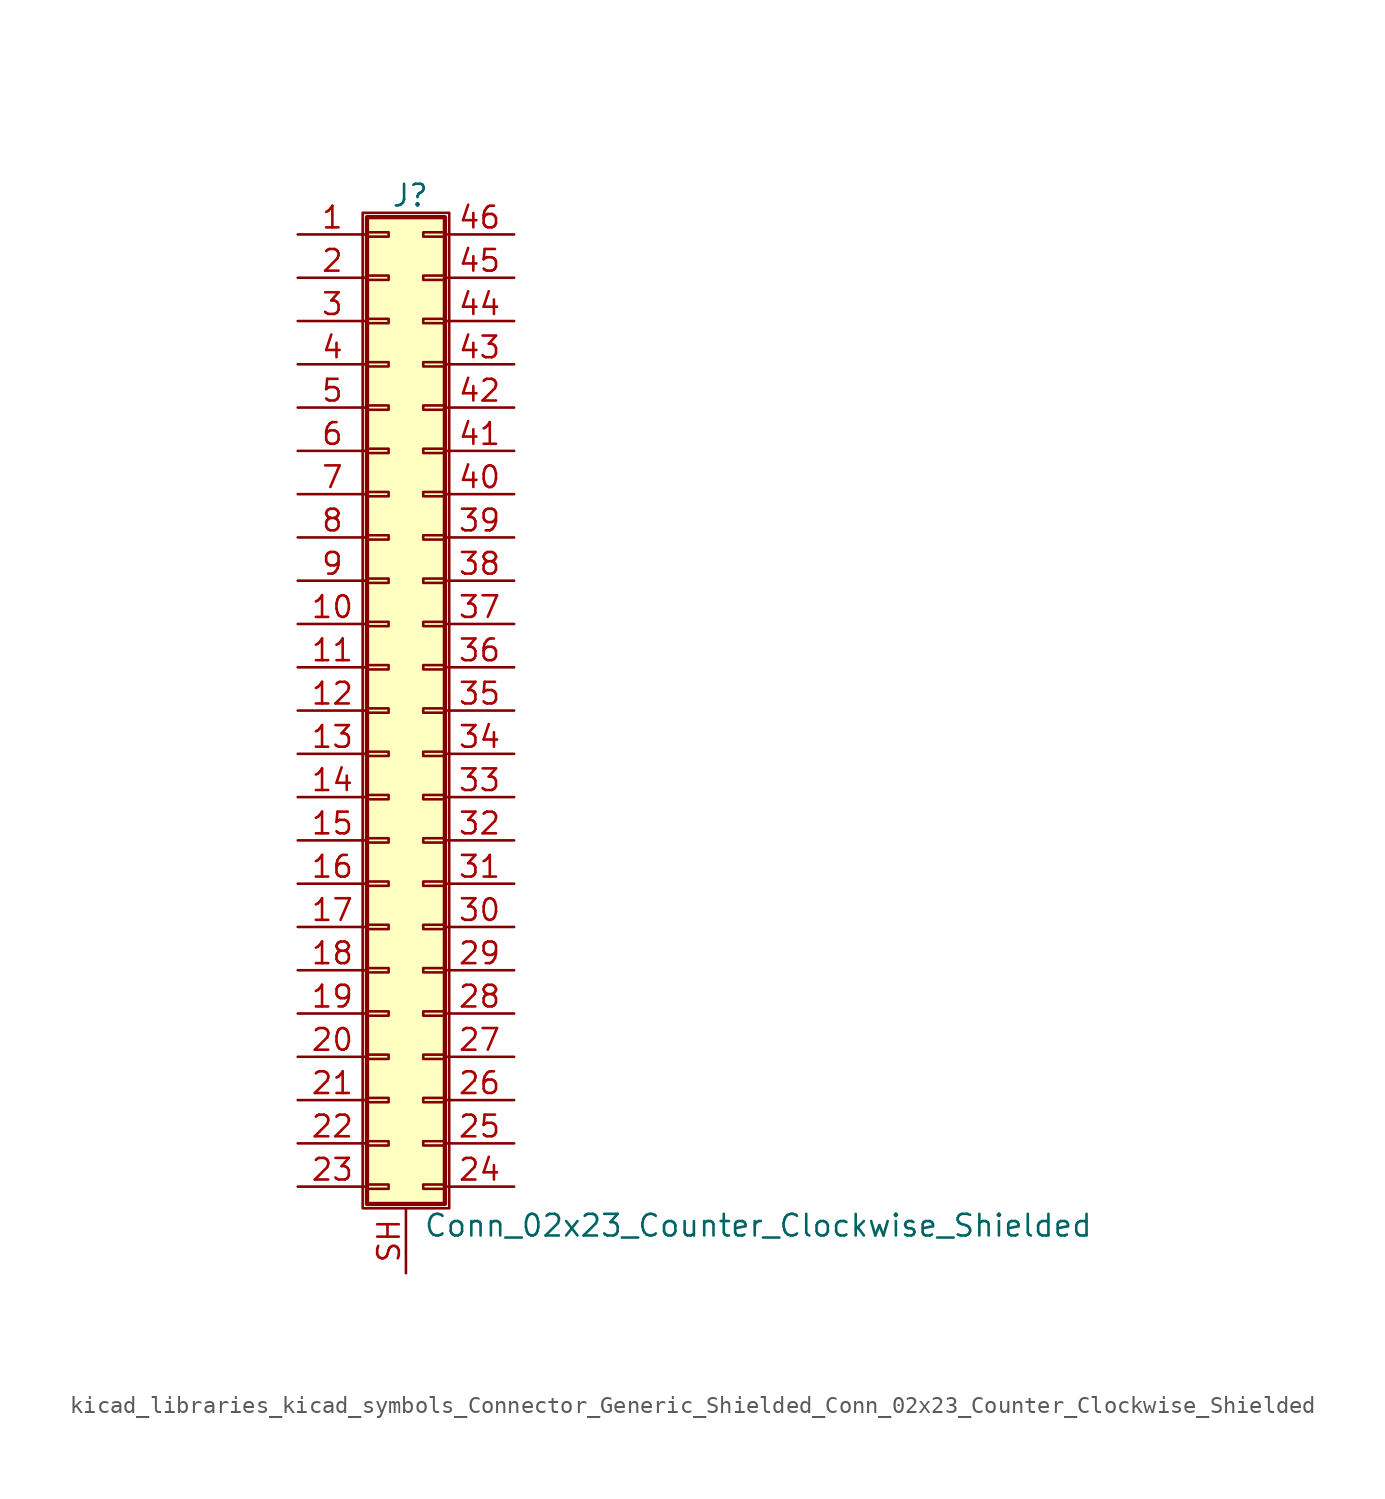
<source format=kicad_sym>
(kicad_symbol_lib
  (version 20220914)
  (generator kicad_symbol_editor)
  (symbol "kicad_libraries_kicad_symbols_Connector_Generic_Shielded_Conn_02x23_Counter_Clockwise_Shielded"
    (pin_names
      (offset 1.016) hide)
    (property "Reference" "J"
      (at 1.524 30.226 0)
      (effects (font (size 1.27 1.27))))
    (property "Value" "Conn_02x23_Counter_Clockwise_Shielded"
      (at 2.286 -30.226 0)
      (effects (font (size 1.27 1.27)) (justify left)))
    (symbol "kicad_libraries_kicad_symbols_Connector_Generic_Shielded_Conn_02x23_Counter_Clockwise_Shielded_1_1"
      (rectangle (start -1.27 29.21) (end 3.81 -29.21) (stroke (width 0.152) (type default)) (fill (type none)))
      (rectangle (start -1.016 -27.813) (end 0.254 -28.067) (stroke (width 0.152) (type default)) (fill (type none)))
      (rectangle (start -1.016 -25.273) (end 0.254 -25.527) (stroke (width 0.152) (type default)) (fill (type none)))
      (rectangle (start -1.016 -22.733) (end 0.254 -22.987) (stroke (width 0.152) (type default)) (fill (type none)))
      (rectangle (start -1.016 -20.193) (end 0.254 -20.447) (stroke (width 0.152) (type default)) (fill (type none)))
      (rectangle (start -1.016 -17.653) (end 0.254 -17.907) (stroke (width 0.152) (type default)) (fill (type none)))
      (rectangle (start -1.016 -15.113) (end 0.254 -15.367) (stroke (width 0.152) (type default)) (fill (type none)))
      (rectangle (start -1.016 -12.573) (end 0.254 -12.827) (stroke (width 0.152) (type default)) (fill (type none)))
      (rectangle (start -1.016 -10.033) (end 0.254 -10.287) (stroke (width 0.152) (type default)) (fill (type none)))
      (rectangle (start -1.016 -7.493) (end 0.254 -7.747) (stroke (width 0.152) (type default)) (fill (type none)))
      (rectangle (start -1.016 -4.953) (end 0.254 -5.207) (stroke (width 0.152) (type default)) (fill (type none)))
      (rectangle (start -1.016 -2.413) (end 0.254 -2.667) (stroke (width 0.152) (type default)) (fill (type none)))
      (rectangle (start -1.016 0.127) (end 0.254 -0.127) (stroke (width 0.152) (type default)) (fill (type none)))
      (rectangle (start -1.016 2.667) (end 0.254 2.413) (stroke (width 0.152) (type default)) (fill (type none)))
      (rectangle (start -1.016 5.207) (end 0.254 4.953) (stroke (width 0.152) (type default)) (fill (type none)))
      (rectangle (start -1.016 7.747) (end 0.254 7.493) (stroke (width 0.152) (type default)) (fill (type none)))
      (rectangle (start -1.016 10.287) (end 0.254 10.033) (stroke (width 0.152) (type default)) (fill (type none)))
      (rectangle (start -1.016 12.827) (end 0.254 12.573) (stroke (width 0.152) (type default)) (fill (type none)))
      (rectangle (start -1.016 15.367) (end 0.254 15.113) (stroke (width 0.152) (type default)) (fill (type none)))
      (rectangle (start -1.016 17.907) (end 0.254 17.653) (stroke (width 0.152) (type default)) (fill (type none)))
      (rectangle (start -1.016 20.447) (end 0.254 20.193) (stroke (width 0.152) (type default)) (fill (type none)))
      (rectangle (start -1.016 22.987) (end 0.254 22.733) (stroke (width 0.152) (type default)) (fill (type none)))
      (rectangle (start -1.016 25.527) (end 0.254 25.273) (stroke (width 0.152) (type default)) (fill (type none)))
      (rectangle (start -1.016 28.067) (end 0.254 27.813) (stroke (width 0.152) (type default)) (fill (type none)))
      (rectangle (start -1.016 28.956) (end 3.556 -28.956) (stroke (width 0.254) (type default)) (fill (type background)))
      (rectangle (start 3.556 -27.813) (end 2.286 -28.067) (stroke (width 0.152) (type default)) (fill (type none)))
      (rectangle (start 3.556 -25.273) (end 2.286 -25.527) (stroke (width 0.152) (type default)) (fill (type none)))
      (rectangle (start 3.556 -22.733) (end 2.286 -22.987) (stroke (width 0.152) (type default)) (fill (type none)))
      (rectangle (start 3.556 -20.193) (end 2.286 -20.447) (stroke (width 0.152) (type default)) (fill (type none)))
      (rectangle (start 3.556 -17.653) (end 2.286 -17.907) (stroke (width 0.152) (type default)) (fill (type none)))
      (rectangle (start 3.556 -15.113) (end 2.286 -15.367) (stroke (width 0.152) (type default)) (fill (type none)))
      (rectangle (start 3.556 -12.573) (end 2.286 -12.827) (stroke (width 0.152) (type default)) (fill (type none)))
      (rectangle (start 3.556 -10.033) (end 2.286 -10.287) (stroke (width 0.152) (type default)) (fill (type none)))
      (rectangle (start 3.556 -7.493) (end 2.286 -7.747) (stroke (width 0.152) (type default)) (fill (type none)))
      (rectangle (start 3.556 -4.953) (end 2.286 -5.207) (stroke (width 0.152) (type default)) (fill (type none)))
      (rectangle (start 3.556 -2.413) (end 2.286 -2.667) (stroke (width 0.152) (type default)) (fill (type none)))
      (rectangle (start 3.556 0.127) (end 2.286 -0.127) (stroke (width 0.152) (type default)) (fill (type none)))
      (rectangle (start 3.556 2.667) (end 2.286 2.413) (stroke (width 0.152) (type default)) (fill (type none)))
      (rectangle (start 3.556 5.207) (end 2.286 4.953) (stroke (width 0.152) (type default)) (fill (type none)))
      (rectangle (start 3.556 7.747) (end 2.286 7.493) (stroke (width 0.152) (type default)) (fill (type none)))
      (rectangle (start 3.556 10.287) (end 2.286 10.033) (stroke (width 0.152) (type default)) (fill (type none)))
      (rectangle (start 3.556 12.827) (end 2.286 12.573) (stroke (width 0.152) (type default)) (fill (type none)))
      (rectangle (start 3.556 15.367) (end 2.286 15.113) (stroke (width 0.152) (type default)) (fill (type none)))
      (rectangle (start 3.556 17.907) (end 2.286 17.653) (stroke (width 0.152) (type default)) (fill (type none)))
      (rectangle (start 3.556 20.447) (end 2.286 20.193) (stroke (width 0.152) (type default)) (fill (type none)))
      (rectangle (start 3.556 22.987) (end 2.286 22.733) (stroke (width 0.152) (type default)) (fill (type none)))
      (rectangle (start 3.556 25.527) (end 2.286 25.273) (stroke (width 0.152) (type default)) (fill (type none)))
      (rectangle (start 3.556 28.067) (end 2.286 27.813) (stroke (width 0.152) (type default)) (fill (type none)))
      (pin passive line (at -5.08 27.94 0) (length 4.064) (name "Pin_1" (effects (font (size 1.27 1.27)))) (number "1" (effects (font (size 1.27 1.27)))))
      (pin passive line (at -5.08 5.08 0) (length 4.064) (name "Pin_10" (effects (font (size 1.27 1.27)))) (number "10" (effects (font (size 1.27 1.27)))))
      (pin passive line (at -5.08 2.54 0) (length 4.064) (name "Pin_11" (effects (font (size 1.27 1.27)))) (number "11" (effects (font (size 1.27 1.27)))))
      (pin passive line (at -5.08 0 0) (length 4.064) (name "Pin_12" (effects (font (size 1.27 1.27)))) (number "12" (effects (font (size 1.27 1.27)))))
      (pin passive line (at -5.08 -2.54 0) (length 4.064) (name "Pin_13" (effects (font (size 1.27 1.27)))) (number "13" (effects (font (size 1.27 1.27)))))
      (pin passive line (at -5.08 -5.08 0) (length 4.064) (name "Pin_14" (effects (font (size 1.27 1.27)))) (number "14" (effects (font (size 1.27 1.27)))))
      (pin passive line (at -5.08 -7.62 0) (length 4.064) (name "Pin_15" (effects (font (size 1.27 1.27)))) (number "15" (effects (font (size 1.27 1.27)))))
      (pin passive line (at -5.08 -10.16 0) (length 4.064) (name "Pin_16" (effects (font (size 1.27 1.27)))) (number "16" (effects (font (size 1.27 1.27)))))
      (pin passive line (at -5.08 -12.7 0) (length 4.064) (name "Pin_17" (effects (font (size 1.27 1.27)))) (number "17" (effects (font (size 1.27 1.27)))))
      (pin passive line (at -5.08 -15.24 0) (length 4.064) (name "Pin_18" (effects (font (size 1.27 1.27)))) (number "18" (effects (font (size 1.27 1.27)))))
      (pin passive line (at -5.08 -17.78 0) (length 4.064) (name "Pin_19" (effects (font (size 1.27 1.27)))) (number "19" (effects (font (size 1.27 1.27)))))
      (pin passive line (at -5.08 25.4 0) (length 4.064) (name "Pin_2" (effects (font (size 1.27 1.27)))) (number "2" (effects (font (size 1.27 1.27)))))
      (pin passive line (at -5.08 -20.32 0) (length 4.064) (name "Pin_20" (effects (font (size 1.27 1.27)))) (number "20" (effects (font (size 1.27 1.27)))))
      (pin passive line (at -5.08 -22.86 0) (length 4.064) (name "Pin_21" (effects (font (size 1.27 1.27)))) (number "21" (effects (font (size 1.27 1.27)))))
      (pin passive line (at -5.08 -25.4 0) (length 4.064) (name "Pin_22" (effects (font (size 1.27 1.27)))) (number "22" (effects (font (size 1.27 1.27)))))
      (pin passive line (at -5.08 -27.94 0) (length 4.064) (name "Pin_23" (effects (font (size 1.27 1.27)))) (number "23" (effects (font (size 1.27 1.27)))))
      (pin passive line (at 7.62 -27.94 180) (length 4.064) (name "Pin_24" (effects (font (size 1.27 1.27)))) (number "24" (effects (font (size 1.27 1.27)))))
      (pin passive line (at 7.62 -25.4 180) (length 4.064) (name "Pin_25" (effects (font (size 1.27 1.27)))) (number "25" (effects (font (size 1.27 1.27)))))
      (pin passive line (at 7.62 -22.86 180) (length 4.064) (name "Pin_26" (effects (font (size 1.27 1.27)))) (number "26" (effects (font (size 1.27 1.27)))))
      (pin passive line (at 7.62 -20.32 180) (length 4.064) (name "Pin_27" (effects (font (size 1.27 1.27)))) (number "27" (effects (font (size 1.27 1.27)))))
      (pin passive line (at 7.62 -17.78 180) (length 4.064) (name "Pin_28" (effects (font (size 1.27 1.27)))) (number "28" (effects (font (size 1.27 1.27)))))
      (pin passive line (at 7.62 -15.24 180) (length 4.064) (name "Pin_29" (effects (font (size 1.27 1.27)))) (number "29" (effects (font (size 1.27 1.27)))))
      (pin passive line (at -5.08 22.86 0) (length 4.064) (name "Pin_3" (effects (font (size 1.27 1.27)))) (number "3" (effects (font (size 1.27 1.27)))))
      (pin passive line (at 7.62 -12.7 180) (length 4.064) (name "Pin_30" (effects (font (size 1.27 1.27)))) (number "30" (effects (font (size 1.27 1.27)))))
      (pin passive line (at 7.62 -10.16 180) (length 4.064) (name "Pin_31" (effects (font (size 1.27 1.27)))) (number "31" (effects (font (size 1.27 1.27)))))
      (pin passive line (at 7.62 -7.62 180) (length 4.064) (name "Pin_32" (effects (font (size 1.27 1.27)))) (number "32" (effects (font (size 1.27 1.27)))))
      (pin passive line (at 7.62 -5.08 180) (length 4.064) (name "Pin_33" (effects (font (size 1.27 1.27)))) (number "33" (effects (font (size 1.27 1.27)))))
      (pin passive line (at 7.62 -2.54 180) (length 4.064) (name "Pin_34" (effects (font (size 1.27 1.27)))) (number "34" (effects (font (size 1.27 1.27)))))
      (pin passive line (at 7.62 0 180) (length 4.064) (name "Pin_35" (effects (font (size 1.27 1.27)))) (number "35" (effects (font (size 1.27 1.27)))))
      (pin passive line (at 7.62 2.54 180) (length 4.064) (name "Pin_36" (effects (font (size 1.27 1.27)))) (number "36" (effects (font (size 1.27 1.27)))))
      (pin passive line (at 7.62 5.08 180) (length 4.064) (name "Pin_37" (effects (font (size 1.27 1.27)))) (number "37" (effects (font (size 1.27 1.27)))))
      (pin passive line (at 7.62 7.62 180) (length 4.064) (name "Pin_38" (effects (font (size 1.27 1.27)))) (number "38" (effects (font (size 1.27 1.27)))))
      (pin passive line (at 7.62 10.16 180) (length 4.064) (name "Pin_39" (effects (font (size 1.27 1.27)))) (number "39" (effects (font (size 1.27 1.27)))))
      (pin passive line (at -5.08 20.32 0) (length 4.064) (name "Pin_4" (effects (font (size 1.27 1.27)))) (number "4" (effects (font (size 1.27 1.27)))))
      (pin passive line (at 7.62 12.7 180) (length 4.064) (name "Pin_40" (effects (font (size 1.27 1.27)))) (number "40" (effects (font (size 1.27 1.27)))))
      (pin passive line (at 7.62 15.24 180) (length 4.064) (name "Pin_41" (effects (font (size 1.27 1.27)))) (number "41" (effects (font (size 1.27 1.27)))))
      (pin passive line (at 7.62 17.78 180) (length 4.064) (name "Pin_42" (effects (font (size 1.27 1.27)))) (number "42" (effects (font (size 1.27 1.27)))))
      (pin passive line (at 7.62 20.32 180) (length 4.064) (name "Pin_43" (effects (font (size 1.27 1.27)))) (number "43" (effects (font (size 1.27 1.27)))))
      (pin passive line (at 7.62 22.86 180) (length 4.064) (name "Pin_44" (effects (font (size 1.27 1.27)))) (number "44" (effects (font (size 1.27 1.27)))))
      (pin passive line (at 7.62 25.4 180) (length 4.064) (name "Pin_45" (effects (font (size 1.27 1.27)))) (number "45" (effects (font (size 1.27 1.27)))))
      (pin passive line (at 7.62 27.94 180) (length 4.064) (name "Pin_46" (effects (font (size 1.27 1.27)))) (number "46" (effects (font (size 1.27 1.27)))))
      (pin passive line (at -5.08 17.78 0) (length 4.064) (name "Pin_5" (effects (font (size 1.27 1.27)))) (number "5" (effects (font (size 1.27 1.27)))))
      (pin passive line (at -5.08 15.24 0) (length 4.064) (name "Pin_6" (effects (font (size 1.27 1.27)))) (number "6" (effects (font (size 1.27 1.27)))))
      (pin passive line (at -5.08 12.7 0) (length 4.064) (name "Pin_7" (effects (font (size 1.27 1.27)))) (number "7" (effects (font (size 1.27 1.27)))))
      (pin passive line (at -5.08 10.16 0) (length 4.064) (name "Pin_8" (effects (font (size 1.27 1.27)))) (number "8" (effects (font (size 1.27 1.27)))))
      (pin passive line (at -5.08 7.62 0) (length 4.064) (name "Pin_9" (effects (font (size 1.27 1.27)))) (number "9" (effects (font (size 1.27 1.27)))))
      (pin passive line (at 1.27 -33.02 90) (length 3.81) (name "Shield" (effects (font (size 1.27 1.27)))) (number "SH" (effects (font (size 1.27 1.27))))))))
</source>
